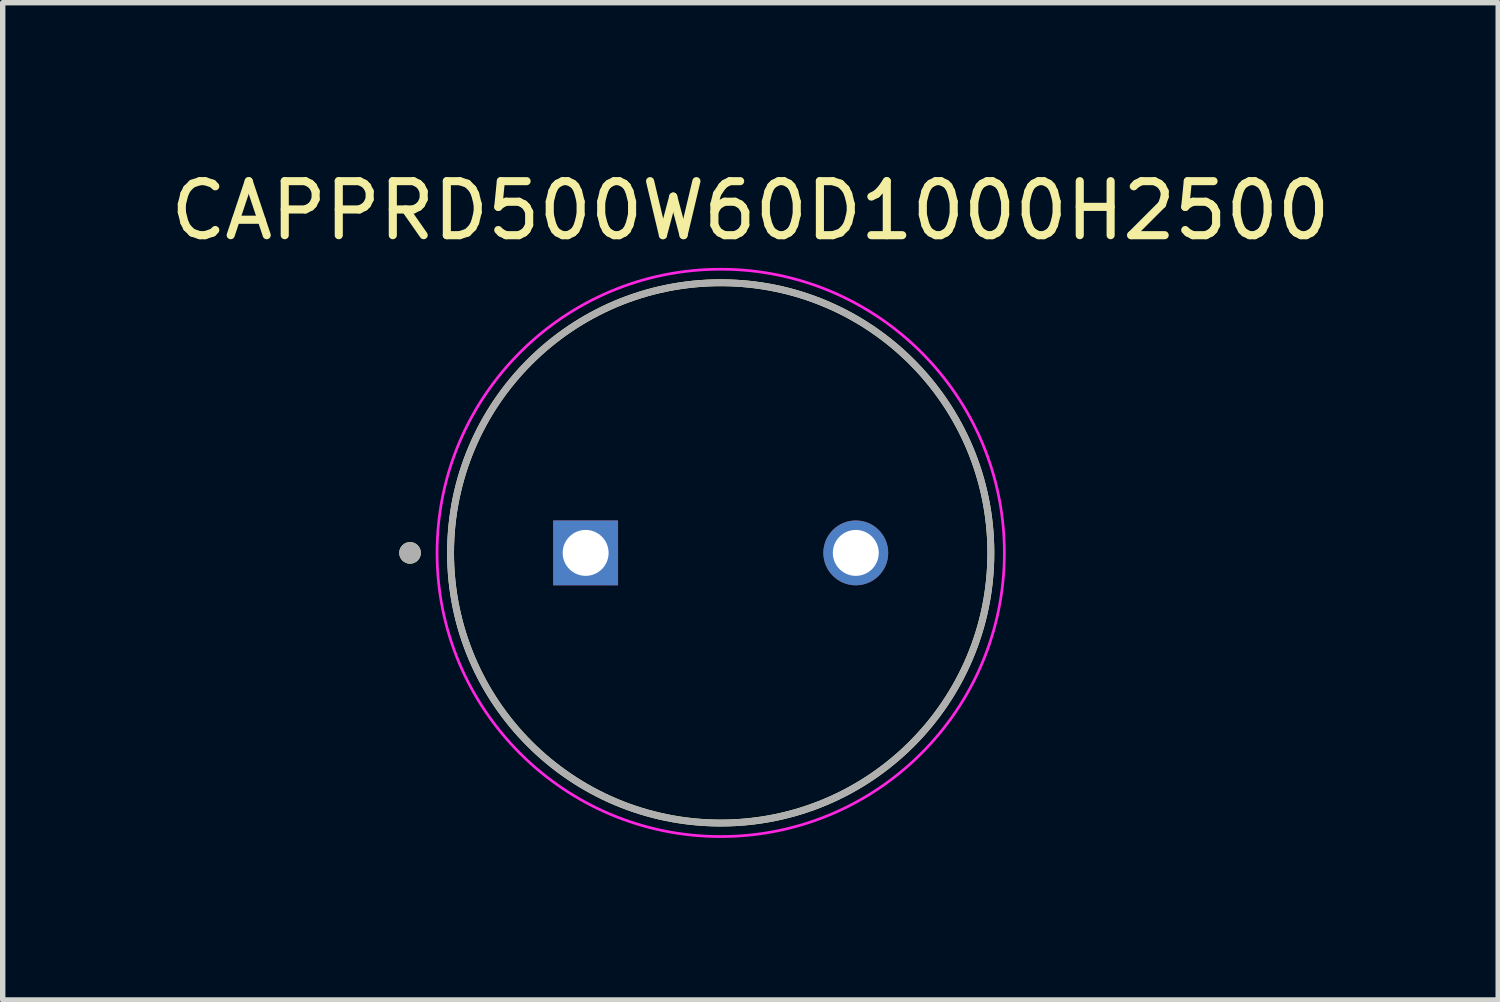
<source format=kicad_pcb>
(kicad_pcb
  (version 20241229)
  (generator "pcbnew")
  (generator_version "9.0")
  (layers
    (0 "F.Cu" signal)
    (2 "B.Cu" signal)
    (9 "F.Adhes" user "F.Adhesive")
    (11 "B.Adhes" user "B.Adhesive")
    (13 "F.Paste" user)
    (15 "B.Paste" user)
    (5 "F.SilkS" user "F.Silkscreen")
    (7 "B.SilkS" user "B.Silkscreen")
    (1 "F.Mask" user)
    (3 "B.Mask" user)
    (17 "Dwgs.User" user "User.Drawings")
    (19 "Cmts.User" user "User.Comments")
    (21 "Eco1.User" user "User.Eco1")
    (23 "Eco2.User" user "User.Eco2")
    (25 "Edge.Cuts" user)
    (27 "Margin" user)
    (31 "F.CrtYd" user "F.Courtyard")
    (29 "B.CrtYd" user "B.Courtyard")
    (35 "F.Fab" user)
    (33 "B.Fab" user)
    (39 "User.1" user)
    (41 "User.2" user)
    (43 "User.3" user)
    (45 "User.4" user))
  (footprint "CAPPRD500W60D1000H2500"
    (layer "F.Cu")
    (at 10.289 7.183)
    (property "Reference" "CAPPRD500W60D1000H2500" (at 0.55 -6.335 0) (layer "F.SilkS") (effects (font (size 1 1) (thickness 0.15))))
    (attr through_hole)
    (fp_circle (center -5.75 0) (end -5.65 0) (stroke (width 0.2) (type solid)) (fill no) (layer "F.SilkS"))
    (fp_circle (center 0 0) (end 5 0) (stroke (width 0.127) (type solid)) (fill no) (layer "F.SilkS"))
    (fp_circle (center 0 0) (end 5.25 0) (stroke (width 0.05) (type solid)) (fill no) (layer "F.CrtYd"))
    (fp_circle (center -5.75 0) (end -5.65 0) (stroke (width 0.2) (type solid)) (fill no) (layer "F.Fab"))
    (fp_circle (center 0 0) (end 5 0) (stroke (width 0.127) (type solid)) (fill no) (layer "F.Fab"))
    (pad "N" thru_hole circle (at 2.5 0) (size 1.2 1.2) (drill 0.85) (layers "*.Cu" "*.Mask"))
    (pad "P" thru_hole rect (at -2.5 0) (size 1.2 1.2) (drill 0.85) (layers "*.Cu" "*.Mask")))
  (gr_rect
    (start -3 -3)
    (end 24.679 15.458)
    (stroke (width 0.1) (type default))
    (fill no)
    (layer "Edge.Cuts")))
</source>
